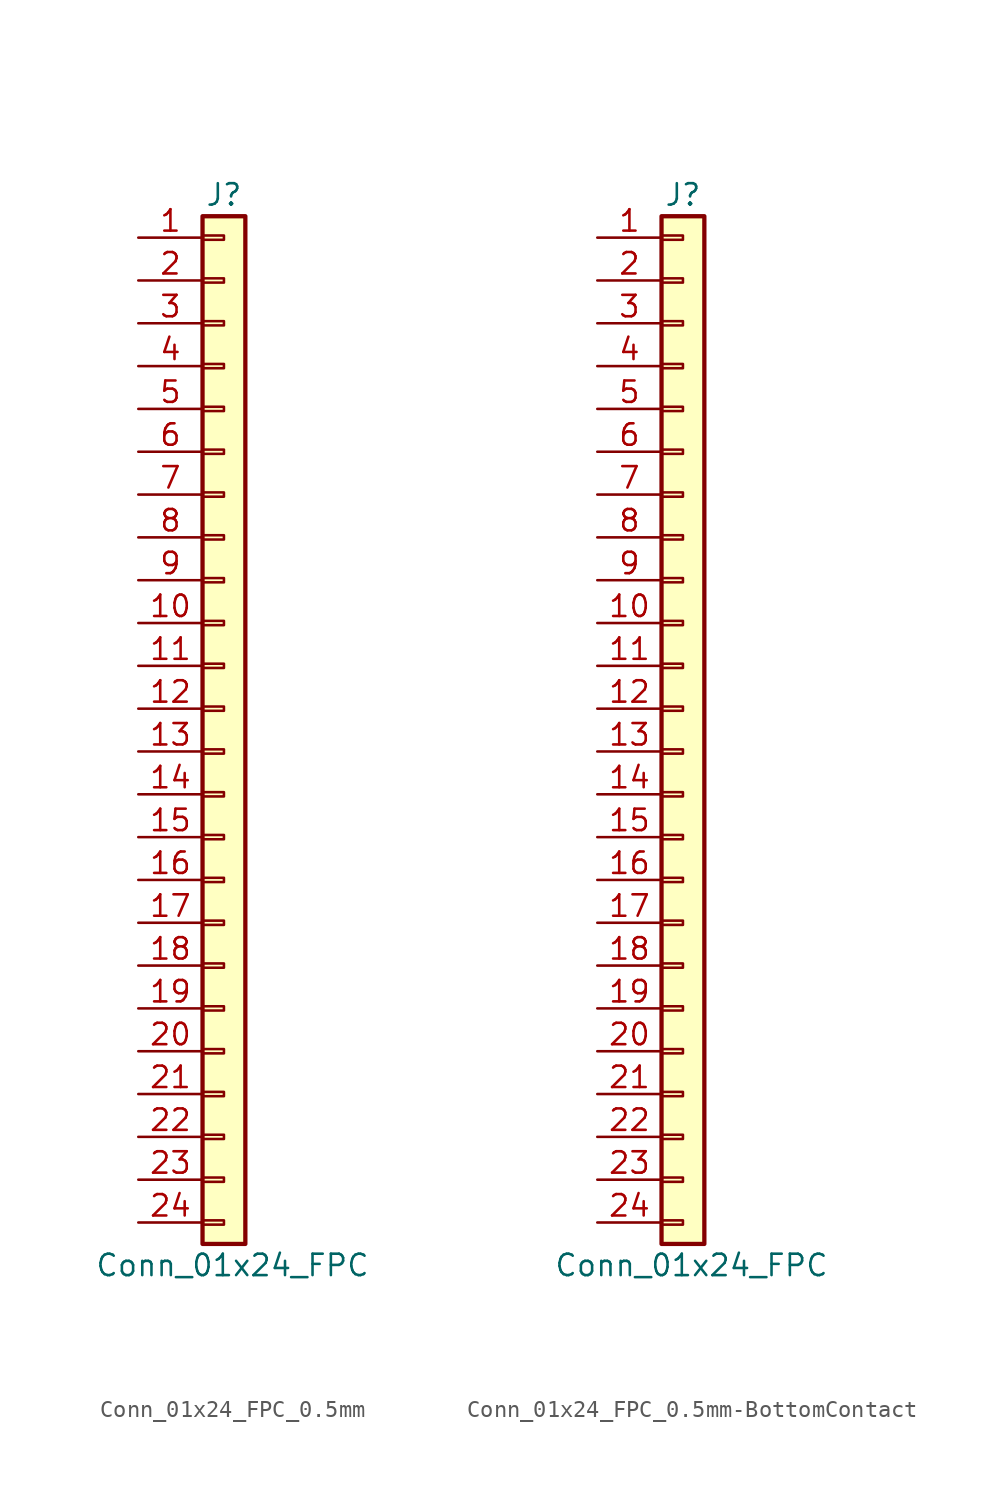
<source format=kicad_sym>
(kicad_symbol_lib
  (version 20231120)
  (generator "kicad_symbol_editor")
  (generator_version "8.0")
  (symbol "Conn_01x24_FPC_0.5mm"
    (pin_names
      (offset 1.016) hide)
    (property "Reference" "J"
      (at 0 27.94 0)
      (effects (font (size 1.27 1.27))))
    (property "Value" "Conn_01x24_FPC"
      (at 0.508 -35.56 0)
      (effects (font (size 1.27 1.27))))
    (symbol "Conn_01x24_FPC_0.5mm_1_1"
      (rectangle (start -1.27 -32.893) (end 0 -33.147) (stroke (width 0.152) (type default)) (fill (type none)))
      (rectangle (start -1.27 -30.353) (end 0 -30.607) (stroke (width 0.152) (type default)) (fill (type none)))
      (rectangle (start -1.27 -27.813) (end 0 -28.067) (stroke (width 0.152) (type default)) (fill (type none)))
      (rectangle (start -1.27 -25.273) (end 0 -25.527) (stroke (width 0.152) (type default)) (fill (type none)))
      (rectangle (start -1.27 -22.733) (end 0 -22.987) (stroke (width 0.152) (type default)) (fill (type none)))
      (rectangle (start -1.27 -20.193) (end 0 -20.447) (stroke (width 0.152) (type default)) (fill (type none)))
      (rectangle (start -1.27 -17.653) (end 0 -17.907) (stroke (width 0.152) (type default)) (fill (type none)))
      (rectangle (start -1.27 -15.113) (end 0 -15.367) (stroke (width 0.152) (type default)) (fill (type none)))
      (rectangle (start -1.27 -12.573) (end 0 -12.827) (stroke (width 0.152) (type default)) (fill (type none)))
      (rectangle (start -1.27 -10.033) (end 0 -10.287) (stroke (width 0.152) (type default)) (fill (type none)))
      (rectangle (start -1.27 -7.493) (end 0 -7.747) (stroke (width 0.152) (type default)) (fill (type none)))
      (rectangle (start -1.27 -4.953) (end 0 -5.207) (stroke (width 0.152) (type default)) (fill (type none)))
      (rectangle (start -1.27 -2.413) (end 0 -2.667) (stroke (width 0.152) (type default)) (fill (type none)))
      (rectangle (start -1.27 0.127) (end 0 -0.127) (stroke (width 0.152) (type default)) (fill (type none)))
      (rectangle (start -1.27 2.667) (end 0 2.413) (stroke (width 0.152) (type default)) (fill (type none)))
      (rectangle (start -1.27 5.207) (end 0 4.953) (stroke (width 0.152) (type default)) (fill (type none)))
      (rectangle (start -1.27 7.747) (end 0 7.493) (stroke (width 0.152) (type default)) (fill (type none)))
      (rectangle (start -1.27 10.287) (end 0 10.033) (stroke (width 0.152) (type default)) (fill (type none)))
      (rectangle (start -1.27 12.827) (end 0 12.573) (stroke (width 0.152) (type default)) (fill (type none)))
      (rectangle (start -1.27 15.367) (end 0 15.113) (stroke (width 0.152) (type default)) (fill (type none)))
      (rectangle (start -1.27 17.907) (end 0 17.653) (stroke (width 0.152) (type default)) (fill (type none)))
      (rectangle (start -1.27 20.447) (end 0 20.193) (stroke (width 0.152) (type default)) (fill (type none)))
      (rectangle (start -1.27 22.987) (end 0 22.733) (stroke (width 0.152) (type default)) (fill (type none)))
      (rectangle (start -1.27 25.527) (end 0 25.273) (stroke (width 0.152) (type default)) (fill (type none)))
      (rectangle (start -1.27 26.67) (end 1.27 -34.29) (stroke (width 0.254) (type default)) (fill (type background)))
      (pin passive line (at -5.08 25.4 0) (length 3.81) (name "Pin_1" (effects (font (size 1.27 1.27)))) (number "1" (effects (font (size 1.27 1.27)))))
      (pin passive line (at -5.08 2.54 0) (length 3.81) (name "Pin_10" (effects (font (size 1.27 1.27)))) (number "10" (effects (font (size 1.27 1.27)))))
      (pin passive line (at -5.08 0 0) (length 3.81) (name "Pin_11" (effects (font (size 1.27 1.27)))) (number "11" (effects (font (size 1.27 1.27)))))
      (pin passive line (at -5.08 -2.54 0) (length 3.81) (name "Pin_12" (effects (font (size 1.27 1.27)))) (number "12" (effects (font (size 1.27 1.27)))))
      (pin passive line (at -5.08 -5.08 0) (length 3.81) (name "Pin_13" (effects (font (size 1.27 1.27)))) (number "13" (effects (font (size 1.27 1.27)))))
      (pin passive line (at -5.08 -7.62 0) (length 3.81) (name "Pin_14" (effects (font (size 1.27 1.27)))) (number "14" (effects (font (size 1.27 1.27)))))
      (pin passive line (at -5.08 -10.16 0) (length 3.81) (name "Pin_15" (effects (font (size 1.27 1.27)))) (number "15" (effects (font (size 1.27 1.27)))))
      (pin passive line (at -5.08 -12.7 0) (length 3.81) (name "Pin_16" (effects (font (size 1.27 1.27)))) (number "16" (effects (font (size 1.27 1.27)))))
      (pin passive line (at -5.08 -15.24 0) (length 3.81) (name "Pin_17" (effects (font (size 1.27 1.27)))) (number "17" (effects (font (size 1.27 1.27)))))
      (pin passive line (at -5.08 -17.78 0) (length 3.81) (name "Pin_18" (effects (font (size 1.27 1.27)))) (number "18" (effects (font (size 1.27 1.27)))))
      (pin passive line (at -5.08 -20.32 0) (length 3.81) (name "Pin_19" (effects (font (size 1.27 1.27)))) (number "19" (effects (font (size 1.27 1.27)))))
      (pin passive line (at -5.08 22.86 0) (length 3.81) (name "Pin_2" (effects (font (size 1.27 1.27)))) (number "2" (effects (font (size 1.27 1.27)))))
      (pin passive line (at -5.08 -22.86 0) (length 3.81) (name "Pin_20" (effects (font (size 1.27 1.27)))) (number "20" (effects (font (size 1.27 1.27)))))
      (pin passive line (at -5.08 -25.4 0) (length 3.81) (name "Pin_21" (effects (font (size 1.27 1.27)))) (number "21" (effects (font (size 1.27 1.27)))))
      (pin passive line (at -5.08 -27.94 0) (length 3.81) (name "Pin_22" (effects (font (size 1.27 1.27)))) (number "22" (effects (font (size 1.27 1.27)))))
      (pin passive line (at -5.08 -30.48 0) (length 3.81) (name "Pin_23" (effects (font (size 1.27 1.27)))) (number "23" (effects (font (size 1.27 1.27)))))
      (pin passive line (at -5.08 -33.02 0) (length 3.81) (name "Pin_24" (effects (font (size 1.27 1.27)))) (number "24" (effects (font (size 1.27 1.27)))))
      (pin passive line (at -5.08 20.32 0) (length 3.81) (name "Pin_3" (effects (font (size 1.27 1.27)))) (number "3" (effects (font (size 1.27 1.27)))))
      (pin passive line (at -5.08 17.78 0) (length 3.81) (name "Pin_4" (effects (font (size 1.27 1.27)))) (number "4" (effects (font (size 1.27 1.27)))))
      (pin passive line (at -5.08 15.24 0) (length 3.81) (name "Pin_5" (effects (font (size 1.27 1.27)))) (number "5" (effects (font (size 1.27 1.27)))))
      (pin passive line (at -5.08 12.7 0) (length 3.81) (name "Pin_6" (effects (font (size 1.27 1.27)))) (number "6" (effects (font (size 1.27 1.27)))))
      (pin passive line (at -5.08 10.16 0) (length 3.81) (name "Pin_7" (effects (font (size 1.27 1.27)))) (number "7" (effects (font (size 1.27 1.27)))))
      (pin passive line (at -5.08 7.62 0) (length 3.81) (name "Pin_8" (effects (font (size 1.27 1.27)))) (number "8" (effects (font (size 1.27 1.27)))))
      (pin passive line (at -5.08 5.08 0) (length 3.81) (name "Pin_9" (effects (font (size 1.27 1.27)))) (number "9" (effects (font (size 1.27 1.27)))))))
  (symbol "Conn_01x24_FPC_0.5mm-BottomContact"
    (pin_names
      (offset 1.016) hide)
    (property "Reference" "J"
      (at 0 27.94 0)
      (effects (font (size 1.27 1.27))))
    (property "Value" "Conn_01x24_FPC"
      (at 0.508 -35.56 0)
      (effects (font (size 1.27 1.27))))
    (symbol "Conn_01x24_FPC_0.5mm-BottomContact_1_1"
      (rectangle (start -1.27 -32.893) (end 0 -33.147) (stroke (width 0.152) (type default)) (fill (type none)))
      (rectangle (start -1.27 -30.353) (end 0 -30.607) (stroke (width 0.152) (type default)) (fill (type none)))
      (rectangle (start -1.27 -27.813) (end 0 -28.067) (stroke (width 0.152) (type default)) (fill (type none)))
      (rectangle (start -1.27 -25.273) (end 0 -25.527) (stroke (width 0.152) (type default)) (fill (type none)))
      (rectangle (start -1.27 -22.733) (end 0 -22.987) (stroke (width 0.152) (type default)) (fill (type none)))
      (rectangle (start -1.27 -20.193) (end 0 -20.447) (stroke (width 0.152) (type default)) (fill (type none)))
      (rectangle (start -1.27 -17.653) (end 0 -17.907) (stroke (width 0.152) (type default)) (fill (type none)))
      (rectangle (start -1.27 -15.113) (end 0 -15.367) (stroke (width 0.152) (type default)) (fill (type none)))
      (rectangle (start -1.27 -12.573) (end 0 -12.827) (stroke (width 0.152) (type default)) (fill (type none)))
      (rectangle (start -1.27 -10.033) (end 0 -10.287) (stroke (width 0.152) (type default)) (fill (type none)))
      (rectangle (start -1.27 -7.493) (end 0 -7.747) (stroke (width 0.152) (type default)) (fill (type none)))
      (rectangle (start -1.27 -4.953) (end 0 -5.207) (stroke (width 0.152) (type default)) (fill (type none)))
      (rectangle (start -1.27 -2.413) (end 0 -2.667) (stroke (width 0.152) (type default)) (fill (type none)))
      (rectangle (start -1.27 0.127) (end 0 -0.127) (stroke (width 0.152) (type default)) (fill (type none)))
      (rectangle (start -1.27 2.667) (end 0 2.413) (stroke (width 0.152) (type default)) (fill (type none)))
      (rectangle (start -1.27 5.207) (end 0 4.953) (stroke (width 0.152) (type default)) (fill (type none)))
      (rectangle (start -1.27 7.747) (end 0 7.493) (stroke (width 0.152) (type default)) (fill (type none)))
      (rectangle (start -1.27 10.287) (end 0 10.033) (stroke (width 0.152) (type default)) (fill (type none)))
      (rectangle (start -1.27 12.827) (end 0 12.573) (stroke (width 0.152) (type default)) (fill (type none)))
      (rectangle (start -1.27 15.367) (end 0 15.113) (stroke (width 0.152) (type default)) (fill (type none)))
      (rectangle (start -1.27 17.907) (end 0 17.653) (stroke (width 0.152) (type default)) (fill (type none)))
      (rectangle (start -1.27 20.447) (end 0 20.193) (stroke (width 0.152) (type default)) (fill (type none)))
      (rectangle (start -1.27 22.987) (end 0 22.733) (stroke (width 0.152) (type default)) (fill (type none)))
      (rectangle (start -1.27 25.527) (end 0 25.273) (stroke (width 0.152) (type default)) (fill (type none)))
      (rectangle (start -1.27 26.67) (end 1.27 -34.29) (stroke (width 0.254) (type default)) (fill (type background)))
      (pin passive line (at -5.08 25.4 0) (length 3.81) (name "Pin_1" (effects (font (size 1.27 1.27)))) (number "1" (effects (font (size 1.27 1.27)))))
      (pin passive line (at -5.08 2.54 0) (length 3.81) (name "Pin_10" (effects (font (size 1.27 1.27)))) (number "10" (effects (font (size 1.27 1.27)))))
      (pin passive line (at -5.08 0 0) (length 3.81) (name "Pin_11" (effects (font (size 1.27 1.27)))) (number "11" (effects (font (size 1.27 1.27)))))
      (pin passive line (at -5.08 -2.54 0) (length 3.81) (name "Pin_12" (effects (font (size 1.27 1.27)))) (number "12" (effects (font (size 1.27 1.27)))))
      (pin passive line (at -5.08 -5.08 0) (length 3.81) (name "Pin_13" (effects (font (size 1.27 1.27)))) (number "13" (effects (font (size 1.27 1.27)))))
      (pin passive line (at -5.08 -7.62 0) (length 3.81) (name "Pin_14" (effects (font (size 1.27 1.27)))) (number "14" (effects (font (size 1.27 1.27)))))
      (pin passive line (at -5.08 -10.16 0) (length 3.81) (name "Pin_15" (effects (font (size 1.27 1.27)))) (number "15" (effects (font (size 1.27 1.27)))))
      (pin passive line (at -5.08 -12.7 0) (length 3.81) (name "Pin_16" (effects (font (size 1.27 1.27)))) (number "16" (effects (font (size 1.27 1.27)))))
      (pin passive line (at -5.08 -15.24 0) (length 3.81) (name "Pin_17" (effects (font (size 1.27 1.27)))) (number "17" (effects (font (size 1.27 1.27)))))
      (pin passive line (at -5.08 -17.78 0) (length 3.81) (name "Pin_18" (effects (font (size 1.27 1.27)))) (number "18" (effects (font (size 1.27 1.27)))))
      (pin passive line (at -5.08 -20.32 0) (length 3.81) (name "Pin_19" (effects (font (size 1.27 1.27)))) (number "19" (effects (font (size 1.27 1.27)))))
      (pin passive line (at -5.08 22.86 0) (length 3.81) (name "Pin_2" (effects (font (size 1.27 1.27)))) (number "2" (effects (font (size 1.27 1.27)))))
      (pin passive line (at -5.08 -22.86 0) (length 3.81) (name "Pin_20" (effects (font (size 1.27 1.27)))) (number "20" (effects (font (size 1.27 1.27)))))
      (pin passive line (at -5.08 -25.4 0) (length 3.81) (name "Pin_21" (effects (font (size 1.27 1.27)))) (number "21" (effects (font (size 1.27 1.27)))))
      (pin passive line (at -5.08 -27.94 0) (length 3.81) (name "Pin_22" (effects (font (size 1.27 1.27)))) (number "22" (effects (font (size 1.27 1.27)))))
      (pin passive line (at -5.08 -30.48 0) (length 3.81) (name "Pin_23" (effects (font (size 1.27 1.27)))) (number "23" (effects (font (size 1.27 1.27)))))
      (pin passive line (at -5.08 -33.02 0) (length 3.81) (name "Pin_24" (effects (font (size 1.27 1.27)))) (number "24" (effects (font (size 1.27 1.27)))))
      (pin passive line (at -5.08 20.32 0) (length 3.81) (name "Pin_3" (effects (font (size 1.27 1.27)))) (number "3" (effects (font (size 1.27 1.27)))))
      (pin passive line (at -5.08 17.78 0) (length 3.81) (name "Pin_4" (effects (font (size 1.27 1.27)))) (number "4" (effects (font (size 1.27 1.27)))))
      (pin passive line (at -5.08 15.24 0) (length 3.81) (name "Pin_5" (effects (font (size 1.27 1.27)))) (number "5" (effects (font (size 1.27 1.27)))))
      (pin passive line (at -5.08 12.7 0) (length 3.81) (name "Pin_6" (effects (font (size 1.27 1.27)))) (number "6" (effects (font (size 1.27 1.27)))))
      (pin passive line (at -5.08 10.16 0) (length 3.81) (name "Pin_7" (effects (font (size 1.27 1.27)))) (number "7" (effects (font (size 1.27 1.27)))))
      (pin passive line (at -5.08 7.62 0) (length 3.81) (name "Pin_8" (effects (font (size 1.27 1.27)))) (number "8" (effects (font (size 1.27 1.27)))))
      (pin passive line (at -5.08 5.08 0) (length 3.81) (name "Pin_9" (effects (font (size 1.27 1.27)))) (number "9" (effects (font (size 1.27 1.27))))))))
</source>
